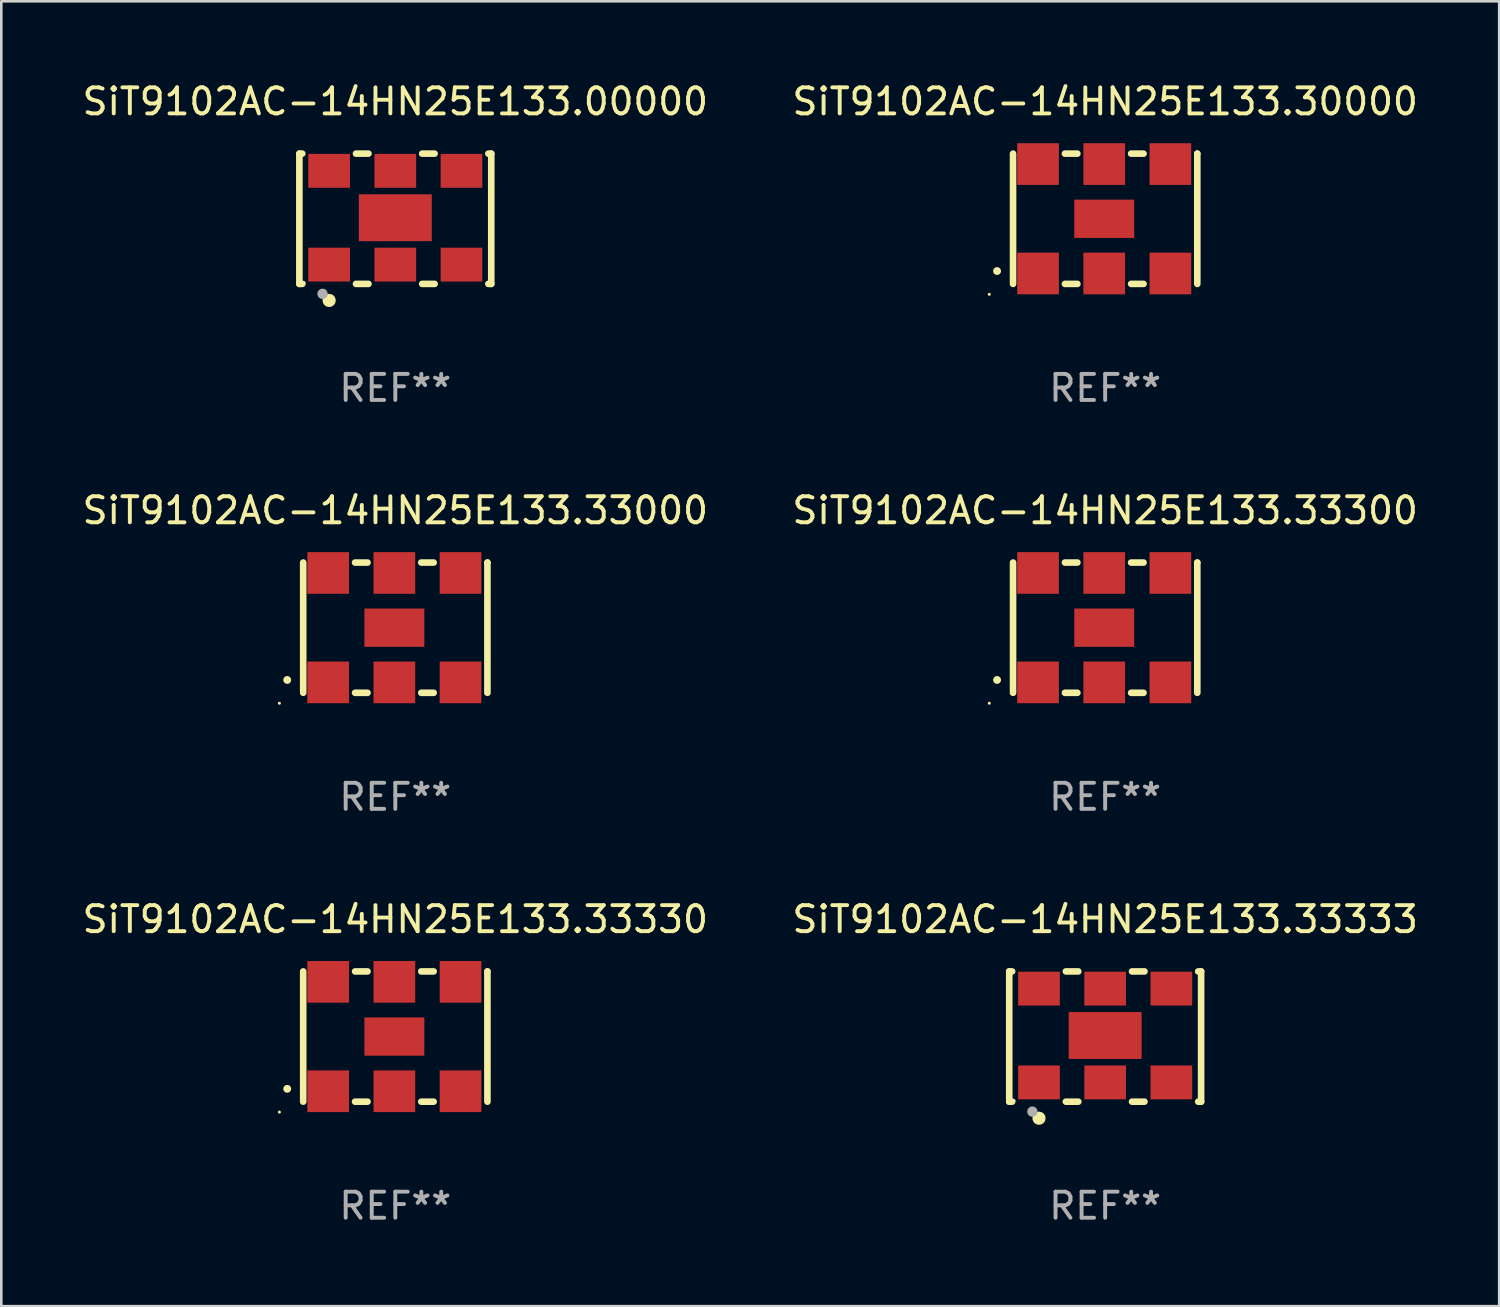
<source format=kicad_pcb>
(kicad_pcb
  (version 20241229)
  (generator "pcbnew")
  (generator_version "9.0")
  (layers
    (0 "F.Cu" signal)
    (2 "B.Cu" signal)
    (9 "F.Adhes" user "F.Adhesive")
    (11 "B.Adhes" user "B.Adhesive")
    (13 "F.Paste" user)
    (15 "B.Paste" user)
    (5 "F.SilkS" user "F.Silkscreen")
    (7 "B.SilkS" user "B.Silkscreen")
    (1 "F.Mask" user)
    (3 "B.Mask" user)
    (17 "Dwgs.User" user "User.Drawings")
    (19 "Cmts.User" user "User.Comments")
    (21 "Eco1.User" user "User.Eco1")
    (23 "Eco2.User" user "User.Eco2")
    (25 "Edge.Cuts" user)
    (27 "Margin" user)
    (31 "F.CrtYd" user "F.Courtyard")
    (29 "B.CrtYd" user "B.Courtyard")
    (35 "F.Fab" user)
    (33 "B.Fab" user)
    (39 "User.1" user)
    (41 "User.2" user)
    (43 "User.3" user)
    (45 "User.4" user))
  (footprint "SiT9102AC-14HN25E133.33000"
    (layer "F.Cu")
    (at 12.125 21.045)
    (property "Reference" "SiT9102AC-14HN25E133.33000" (at 0 -4.5 0) (layer "F.SilkS") (effects (font (size 1 1) (thickness 0.15))))
    (attr through_hole)
    (fp_line (start -3.536 -2.5) (end -3.536 2.5) (stroke (width 0.254) (type solid)) (layer "F.SilkS"))
    (fp_line (start -1.544 2.5) (end -1.067 2.5) (stroke (width 0.254) (type solid)) (layer "F.SilkS"))
    (fp_line (start -1.067 -2.5) (end -1.544 -2.5) (stroke (width 0.254) (type solid)) (layer "F.SilkS"))
    (fp_line (start 0.996 2.5) (end 1.473 2.5) (stroke (width 0.254) (type solid)) (layer "F.SilkS"))
    (fp_line (start 1.473 -2.5) (end 0.996 -2.5) (stroke (width 0.254) (type solid)) (layer "F.SilkS"))
    (fp_line (start 3.536 -2.5) (end 3.536 -2.5) (stroke (width 0.254) (type solid)) (layer "F.SilkS"))
    (fp_line (start 3.536 2.5) (end 3.536 -2.5) (stroke (width 0.254) (type solid)) (layer "F.SilkS"))
    (fp_arc (start -4.150432 2.006604) (mid -4.149162 2.006599) (end -4.147892 2.006604) (stroke (width 0.3) (type solid)) (layer "F.SilkS"))
    (fp_circle (center -4.449 2.9) (end -4.419 2.9) (stroke (width 0.06) (type solid)) (fill no) (layer "F.SilkS"))
    (fp_text user "REF**" (at 0 6.5 0) (layer "F.Fab") (effects (font (size 1 1) (thickness 0.15))))
    (pad "1" smd rect (at -2.576 2.1) (size 1.6 1.6) (layers "F.Cu" "F.Mask" "F.Paste"))
    (pad "2" smd rect (at -0.036 2.1) (size 1.6 1.6) (layers "F.Cu" "F.Mask" "F.Paste"))
    (pad "3" smd rect (at 2.504 2.1) (size 1.6 1.6) (layers "F.Cu" "F.Mask" "F.Paste"))
    (pad "4" smd rect (at 2.504 -2.1) (size 1.6 1.6) (layers "F.Cu" "F.Mask" "F.Paste"))
    (pad "5" smd rect (at -0.036 -2.1) (size 1.6 1.6) (layers "F.Cu" "F.Mask" "F.Paste"))
    (pad "6" smd rect (at -2.576 -2.1) (size 1.6 1.6) (layers "F.Cu" "F.Mask" "F.Paste"))
    (pad "7" smd rect (at -0.036 0) (size 2.3 1.47) (layers "F.Cu" "F.Mask" "F.Paste")))
  (footprint "SiT9102AC-14HN25E133.30000"
    (layer "F.Cu")
    (at 39.375 5.348)
    (property "Reference" "SiT9102AC-14HN25E133.30000" (at 0 -4.5 0) (layer "F.SilkS") (effects (font (size 1 1) (thickness 0.15))))
    (attr through_hole)
    (fp_line (start -3.536 -2.5) (end -3.536 2.5) (stroke (width 0.254) (type solid)) (layer "F.SilkS"))
    (fp_line (start -1.544 2.5) (end -1.067 2.5) (stroke (width 0.254) (type solid)) (layer "F.SilkS"))
    (fp_line (start -1.067 -2.5) (end -1.544 -2.5) (stroke (width 0.254) (type solid)) (layer "F.SilkS"))
    (fp_line (start 0.996 2.5) (end 1.473 2.5) (stroke (width 0.254) (type solid)) (layer "F.SilkS"))
    (fp_line (start 1.473 -2.5) (end 0.996 -2.5) (stroke (width 0.254) (type solid)) (layer "F.SilkS"))
    (fp_line (start 3.536 -2.5) (end 3.536 -2.5) (stroke (width 0.254) (type solid)) (layer "F.SilkS"))
    (fp_line (start 3.536 2.5) (end 3.536 -2.5) (stroke (width 0.254) (type solid)) (layer "F.SilkS"))
    (fp_arc (start -4.150432 2.006604) (mid -4.149162 2.006599) (end -4.147892 2.006604) (stroke (width 0.3) (type solid)) (layer "F.SilkS"))
    (fp_circle (center -4.449 2.9) (end -4.419 2.9) (stroke (width 0.06) (type solid)) (fill no) (layer "F.SilkS"))
    (fp_text user "REF**" (at 0 6.5 0) (layer "F.Fab") (effects (font (size 1 1) (thickness 0.15))))
    (pad "1" smd rect (at -2.576 2.1) (size 1.6 1.6) (layers "F.Cu" "F.Mask" "F.Paste"))
    (pad "2" smd rect (at -0.036 2.1) (size 1.6 1.6) (layers "F.Cu" "F.Mask" "F.Paste"))
    (pad "3" smd rect (at 2.504 2.1) (size 1.6 1.6) (layers "F.Cu" "F.Mask" "F.Paste"))
    (pad "4" smd rect (at 2.504 -2.1) (size 1.6 1.6) (layers "F.Cu" "F.Mask" "F.Paste"))
    (pad "5" smd rect (at -0.036 -2.1) (size 1.6 1.6) (layers "F.Cu" "F.Mask" "F.Paste"))
    (pad "6" smd rect (at -2.576 -2.1) (size 1.6 1.6) (layers "F.Cu" "F.Mask" "F.Paste"))
    (pad "7" smd rect (at -0.036 0) (size 2.3 1.47) (layers "F.Cu" "F.Mask" "F.Paste")))
  (footprint "SiT9102AC-14HN25E133.00000"
    (layer "F.Cu")
    (at 12.125 5.348)
    (property "Reference" "SiT9102AC-14HN25E133.00000" (at 0 -4.5 0) (layer "F.SilkS") (effects (font (size 1 1) (thickness 0.15))))
    (attr through_hole)
    (fp_line (start -3.683 -2.5) (end -3.571 -2.5) (stroke (width 0.254) (type solid)) (layer "F.SilkS"))
    (fp_line (start -3.683 2.5) (end -3.683 -2.5) (stroke (width 0.254) (type solid)) (layer "F.SilkS"))
    (fp_line (start -3.683 2.5) (end -3.571 2.5) (stroke (width 0.254) (type solid)) (layer "F.SilkS"))
    (fp_line (start -1.509 -2.5) (end -1.031 -2.5) (stroke (width 0.254) (type solid)) (layer "F.SilkS"))
    (fp_line (start -1.509 2.5) (end -1.031 2.5) (stroke (width 0.254) (type solid)) (layer "F.SilkS"))
    (fp_line (start 1.031 -2.5) (end 1.509 -2.5) (stroke (width 0.254) (type solid)) (layer "F.SilkS"))
    (fp_line (start 1.031 2.5) (end 1.509 2.5) (stroke (width 0.254) (type solid)) (layer "F.SilkS"))
    (fp_line (start 3.571 -2.5) (end 3.683 -2.5) (stroke (width 0.254) (type solid)) (layer "F.SilkS"))
    (fp_line (start 3.571 2.5) (end 3.683 2.5) (stroke (width 0.254) (type solid)) (layer "F.SilkS"))
    (fp_line (start 3.683 2.5) (end 3.683 -2.5) (stroke (width 0.254) (type solid)) (layer "F.SilkS"))
    (fp_circle (center -3.5 2.46) (end -3.47 2.46) (stroke (width 0.06) (type solid)) (fill no) (layer "F.SilkS"))
    (fp_circle (center -2.54 3.135) (end -2.413 3.135) (stroke (width 0.254) (type solid)) (fill no) (layer "F.SilkS"))
    (fp_circle (center -2.794 2.881) (end -2.694 2.881) (stroke (width 0.2) (type solid)) (fill no) (layer "F.Fab"))
    (fp_text user "REF**" (at 0 6.5 0) (layer "F.Fab") (effects (font (size 1 1) (thickness 0.15))))
    (pad "1" smd rect (at -2.54 1.76) (size 1.6 1.3) (layers "F.Cu" "F.Mask" "F.Paste"))
    (pad "2" smd rect (at 0 1.76) (size 1.6 1.3) (layers "F.Cu" "F.Mask" "F.Paste"))
    (pad "3" smd rect (at 2.54 1.76) (size 1.6 1.3) (layers "F.Cu" "F.Mask" "F.Paste"))
    (pad "4" smd rect (at 2.54 -1.84) (size 1.6 1.3) (layers "F.Cu" "F.Mask" "F.Paste"))
    (pad "5" smd rect (at 0 -1.84) (size 1.6 1.3) (layers "F.Cu" "F.Mask" "F.Paste"))
    (pad "6" smd rect (at -2.54 -1.84) (size 1.6 1.3) (layers "F.Cu" "F.Mask" "F.Paste"))
    (pad "7" smd rect (at 0 -0.04) (size 2.8 1.8) (layers "F.Cu" "F.Mask" "F.Paste")))
  (footprint "SiT9102AC-14HN25E133.33330"
    (layer "F.Cu")
    (at 12.125 36.741)
    (property "Reference" "SiT9102AC-14HN25E133.33330" (at 0 -4.5 0) (layer "F.SilkS") (effects (font (size 1 1) (thickness 0.15))))
    (attr through_hole)
    (fp_line (start -3.536 -2.5) (end -3.536 2.5) (stroke (width 0.254) (type solid)) (layer "F.SilkS"))
    (fp_line (start -1.544 2.5) (end -1.067 2.5) (stroke (width 0.254) (type solid)) (layer "F.SilkS"))
    (fp_line (start -1.067 -2.5) (end -1.544 -2.5) (stroke (width 0.254) (type solid)) (layer "F.SilkS"))
    (fp_line (start 0.996 2.5) (end 1.473 2.5) (stroke (width 0.254) (type solid)) (layer "F.SilkS"))
    (fp_line (start 1.473 -2.5) (end 0.996 -2.5) (stroke (width 0.254) (type solid)) (layer "F.SilkS"))
    (fp_line (start 3.536 -2.5) (end 3.536 -2.5) (stroke (width 0.254) (type solid)) (layer "F.SilkS"))
    (fp_line (start 3.536 2.5) (end 3.536 -2.5) (stroke (width 0.254) (type solid)) (layer "F.SilkS"))
    (fp_arc (start -4.150432 2.006604) (mid -4.149162 2.006599) (end -4.147892 2.006604) (stroke (width 0.3) (type solid)) (layer "F.SilkS"))
    (fp_circle (center -4.449 2.9) (end -4.419 2.9) (stroke (width 0.06) (type solid)) (fill no) (layer "F.SilkS"))
    (fp_text user "REF**" (at 0 6.5 0) (layer "F.Fab") (effects (font (size 1 1) (thickness 0.15))))
    (pad "1" smd rect (at -2.576 2.1) (size 1.6 1.6) (layers "F.Cu" "F.Mask" "F.Paste"))
    (pad "2" smd rect (at -0.036 2.1) (size 1.6 1.6) (layers "F.Cu" "F.Mask" "F.Paste"))
    (pad "3" smd rect (at 2.504 2.1) (size 1.6 1.6) (layers "F.Cu" "F.Mask" "F.Paste"))
    (pad "4" smd rect (at 2.504 -2.1) (size 1.6 1.6) (layers "F.Cu" "F.Mask" "F.Paste"))
    (pad "5" smd rect (at -0.036 -2.1) (size 1.6 1.6) (layers "F.Cu" "F.Mask" "F.Paste"))
    (pad "6" smd rect (at -2.576 -2.1) (size 1.6 1.6) (layers "F.Cu" "F.Mask" "F.Paste"))
    (pad "7" smd rect (at -0.036 0) (size 2.3 1.47) (layers "F.Cu" "F.Mask" "F.Paste")))
  (footprint "SiT9102AC-14HN25E133.33300"
    (layer "F.Cu")
    (at 39.375 21.045)
    (property "Reference" "SiT9102AC-14HN25E133.33300" (at 0 -4.5 0) (layer "F.SilkS") (effects (font (size 1 1) (thickness 0.15))))
    (attr through_hole)
    (fp_line (start -3.536 -2.5) (end -3.536 2.5) (stroke (width 0.254) (type solid)) (layer "F.SilkS"))
    (fp_line (start -1.544 2.5) (end -1.067 2.5) (stroke (width 0.254) (type solid)) (layer "F.SilkS"))
    (fp_line (start -1.067 -2.5) (end -1.544 -2.5) (stroke (width 0.254) (type solid)) (layer "F.SilkS"))
    (fp_line (start 0.996 2.5) (end 1.473 2.5) (stroke (width 0.254) (type solid)) (layer "F.SilkS"))
    (fp_line (start 1.473 -2.5) (end 0.996 -2.5) (stroke (width 0.254) (type solid)) (layer "F.SilkS"))
    (fp_line (start 3.536 -2.5) (end 3.536 -2.5) (stroke (width 0.254) (type solid)) (layer "F.SilkS"))
    (fp_line (start 3.536 2.5) (end 3.536 -2.5) (stroke (width 0.254) (type solid)) (layer "F.SilkS"))
    (fp_arc (start -4.150432 2.006604) (mid -4.149162 2.006599) (end -4.147892 2.006604) (stroke (width 0.3) (type solid)) (layer "F.SilkS"))
    (fp_circle (center -4.449 2.9) (end -4.419 2.9) (stroke (width 0.06) (type solid)) (fill no) (layer "F.SilkS"))
    (fp_text user "REF**" (at 0 6.5 0) (layer "F.Fab") (effects (font (size 1 1) (thickness 0.15))))
    (pad "1" smd rect (at -2.576 2.1) (size 1.6 1.6) (layers "F.Cu" "F.Mask" "F.Paste"))
    (pad "2" smd rect (at -0.036 2.1) (size 1.6 1.6) (layers "F.Cu" "F.Mask" "F.Paste"))
    (pad "3" smd rect (at 2.504 2.1) (size 1.6 1.6) (layers "F.Cu" "F.Mask" "F.Paste"))
    (pad "4" smd rect (at 2.504 -2.1) (size 1.6 1.6) (layers "F.Cu" "F.Mask" "F.Paste"))
    (pad "5" smd rect (at -0.036 -2.1) (size 1.6 1.6) (layers "F.Cu" "F.Mask" "F.Paste"))
    (pad "6" smd rect (at -2.576 -2.1) (size 1.6 1.6) (layers "F.Cu" "F.Mask" "F.Paste"))
    (pad "7" smd rect (at -0.036 0) (size 2.3 1.47) (layers "F.Cu" "F.Mask" "F.Paste")))
  (footprint "SiT9102AC-14HN25E133.33333"
    (layer "F.Cu")
    (at 39.375 36.741)
    (property "Reference" "SiT9102AC-14HN25E133.33333" (at 0 -4.5 0) (layer "F.SilkS") (effects (font (size 1 1) (thickness 0.15))))
    (attr through_hole)
    (fp_line (start -3.683 -2.5) (end -3.571 -2.5) (stroke (width 0.254) (type solid)) (layer "F.SilkS"))
    (fp_line (start -3.683 2.5) (end -3.683 -2.5) (stroke (width 0.254) (type solid)) (layer "F.SilkS"))
    (fp_line (start -3.683 2.5) (end -3.571 2.5) (stroke (width 0.254) (type solid)) (layer "F.SilkS"))
    (fp_line (start -1.509 -2.5) (end -1.031 -2.5) (stroke (width 0.254) (type solid)) (layer "F.SilkS"))
    (fp_line (start -1.509 2.5) (end -1.031 2.5) (stroke (width 0.254) (type solid)) (layer "F.SilkS"))
    (fp_line (start 1.031 -2.5) (end 1.509 -2.5) (stroke (width 0.254) (type solid)) (layer "F.SilkS"))
    (fp_line (start 1.031 2.5) (end 1.509 2.5) (stroke (width 0.254) (type solid)) (layer "F.SilkS"))
    (fp_line (start 3.571 -2.5) (end 3.683 -2.5) (stroke (width 0.254) (type solid)) (layer "F.SilkS"))
    (fp_line (start 3.571 2.5) (end 3.683 2.5) (stroke (width 0.254) (type solid)) (layer "F.SilkS"))
    (fp_line (start 3.683 2.5) (end 3.683 -2.5) (stroke (width 0.254) (type solid)) (layer "F.SilkS"))
    (fp_circle (center -3.5 2.46) (end -3.47 2.46) (stroke (width 0.06) (type solid)) (fill no) (layer "F.SilkS"))
    (fp_circle (center -2.54 3.135) (end -2.413 3.135) (stroke (width 0.254) (type solid)) (fill no) (layer "F.SilkS"))
    (fp_circle (center -2.794 2.881) (end -2.694 2.881) (stroke (width 0.2) (type solid)) (fill no) (layer "F.Fab"))
    (fp_text user "REF**" (at 0 6.5 0) (layer "F.Fab") (effects (font (size 1 1) (thickness 0.15))))
    (pad "1" smd rect (at -2.54 1.76) (size 1.6 1.3) (layers "F.Cu" "F.Mask" "F.Paste"))
    (pad "2" smd rect (at 0 1.76) (size 1.6 1.3) (layers "F.Cu" "F.Mask" "F.Paste"))
    (pad "3" smd rect (at 2.54 1.76) (size 1.6 1.3) (layers "F.Cu" "F.Mask" "F.Paste"))
    (pad "4" smd rect (at 2.54 -1.84) (size 1.6 1.3) (layers "F.Cu" "F.Mask" "F.Paste"))
    (pad "5" smd rect (at 0 -1.84) (size 1.6 1.3) (layers "F.Cu" "F.Mask" "F.Paste"))
    (pad "6" smd rect (at -2.54 -1.84) (size 1.6 1.3) (layers "F.Cu" "F.Mask" "F.Paste"))
    (pad "7" smd rect (at 0 -0.04) (size 2.8 1.8) (layers "F.Cu" "F.Mask" "F.Paste")))
  (gr_rect
    (start -3 -3)
    (end 54.5 47.09)
    (stroke (width 0.1) (type default))
    (fill no)
    (layer "Edge.Cuts")))
</source>
